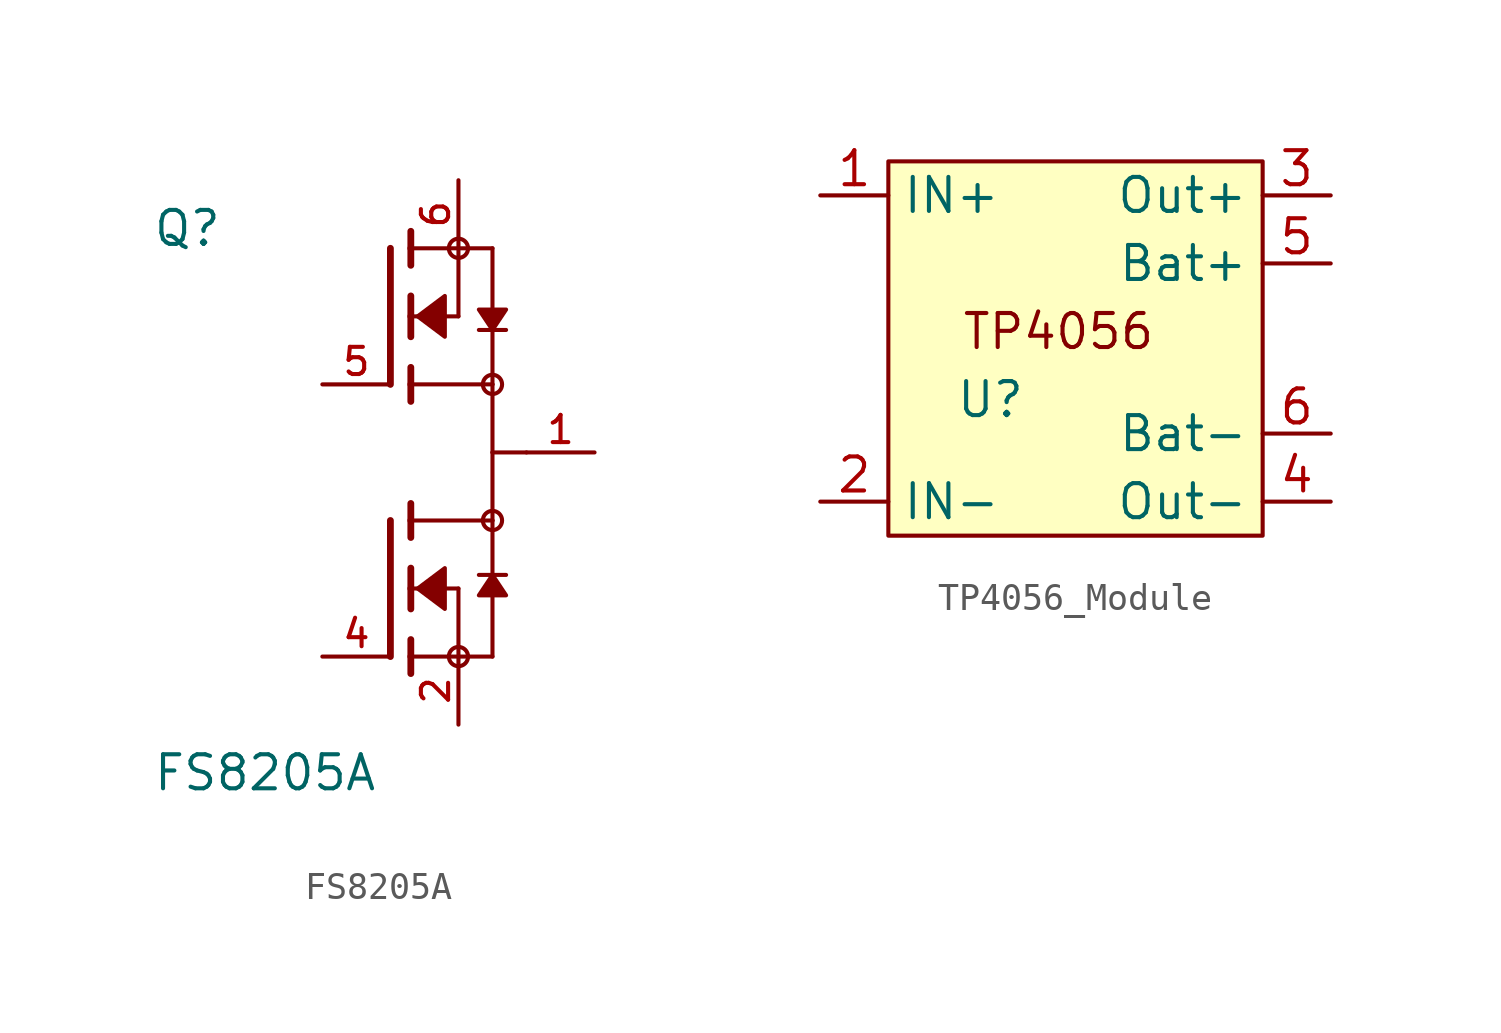
<source format=kicad_sym>
(kicad_symbol_lib
  (version 20231120)
  (generator "kicad_symbol_editor")
  (generator_version "8.0")
  (symbol "FS8205A"
    (pin_names
      (offset 1.016))
    (property "Reference" "Q"
      (at -11.43 7.62 0)
      (effects (font (size 1.27 1.27)) (justify left bottom)))
    (property "Value" "FS8205A"
      (at -11.43 -12.7 0)
      (effects (font (size 1.27 1.27)) (justify left bottom)))
    (symbol "FS8205A_0_0"
      (circle (center 0 -7.62) (radius 0.359) (stroke (width 0) (type default)) (fill (type none)))
      (polyline (pts (xy -2.54 -2.54) (xy -2.54 -7.62)) (stroke (width 0.254) (type default)) (fill (type none)))
      (polyline (pts (xy -2.54 7.62) (xy -2.54 2.54)) (stroke (width 0.254) (type default)) (fill (type none)))
      (polyline (pts (xy -1.778 -7.62) (xy -1.778 -8.255)) (stroke (width 0.254) (type default)) (fill (type none)))
      (polyline (pts (xy -1.778 -6.985) (xy -1.778 -7.62)) (stroke (width 0.254) (type default)) (fill (type none)))
      (polyline (pts (xy -1.778 -5.08) (xy -1.778 -5.842)) (stroke (width 0.254) (type default)) (fill (type none)))
      (polyline (pts (xy -1.778 -5.08) (xy 0 -5.08)) (stroke (width 0.152) (type default)) (fill (type none)))
      (polyline (pts (xy -1.778 -4.318) (xy -1.778 -5.08)) (stroke (width 0.254) (type default)) (fill (type none)))
      (polyline (pts (xy -1.778 -2.54) (xy -1.778 -3.175)) (stroke (width 0.254) (type default)) (fill (type none)))
      (polyline (pts (xy -1.778 -2.54) (xy 1.27 -2.54)) (stroke (width 0.152) (type default)) (fill (type none)))
      (polyline (pts (xy -1.778 -1.905) (xy -1.778 -2.54)) (stroke (width 0.254) (type default)) (fill (type none)))
      (polyline (pts (xy -1.778 2.54) (xy -1.778 1.905)) (stroke (width 0.254) (type default)) (fill (type none)))
      (polyline (pts (xy -1.778 3.175) (xy -1.778 2.54)) (stroke (width 0.254) (type default)) (fill (type none)))
      (polyline (pts (xy -1.778 5.08) (xy -1.778 4.318)) (stroke (width 0.254) (type default)) (fill (type none)))
      (polyline (pts (xy -1.778 5.08) (xy 0 5.08)) (stroke (width 0.152) (type default)) (fill (type none)))
      (polyline (pts (xy -1.778 5.842) (xy -1.778 5.08)) (stroke (width 0.254) (type default)) (fill (type none)))
      (polyline (pts (xy -1.778 7.62) (xy -1.778 6.985)) (stroke (width 0.254) (type default)) (fill (type none)))
      (polyline (pts (xy -1.778 7.62) (xy 1.27 7.62)) (stroke (width 0.152) (type default)) (fill (type none)))
      (polyline (pts (xy -1.778 8.255) (xy -1.778 7.62)) (stroke (width 0.254) (type default)) (fill (type none)))
      (polyline (pts (xy 0 -7.62) (xy -1.778 -7.62)) (stroke (width 0.152) (type default)) (fill (type none)))
      (polyline (pts (xy 0 -7.62) (xy 1.27 -7.62)) (stroke (width 0.152) (type default)) (fill (type none)))
      (polyline (pts (xy 0 -5.08) (xy 0 -7.62)) (stroke (width 0.152) (type default)) (fill (type none)))
      (polyline (pts (xy 0 7.62) (xy 0 5.08)) (stroke (width 0.152) (type default)) (fill (type none)))
      (polyline (pts (xy 0.762 4.572) (xy 1.27 4.572)) (stroke (width 0.152) (type default)) (fill (type none)))
      (polyline (pts (xy 1.27 -4.572) (xy 0.762 -4.572)) (stroke (width 0.152) (type default)) (fill (type none)))
      (polyline (pts (xy 1.27 -4.572) (xy 1.27 -7.62)) (stroke (width 0.152) (type default)) (fill (type none)))
      (polyline (pts (xy 1.27 -2.54) (xy 1.27 -4.572)) (stroke (width 0.152) (type default)) (fill (type none)))
      (polyline (pts (xy 1.27 -2.54) (xy 1.27 0)) (stroke (width 0.152) (type default)) (fill (type none)))
      (polyline (pts (xy 1.27 0) (xy 1.27 2.54)) (stroke (width 0.152) (type default)) (fill (type none)))
      (polyline (pts (xy 1.27 0) (xy 2.54 0)) (stroke (width 0.152) (type default)) (fill (type none)))
      (polyline (pts (xy 1.27 2.54) (xy -1.778 2.54)) (stroke (width 0.152) (type default)) (fill (type none)))
      (polyline (pts (xy 1.27 2.54) (xy 1.27 4.572)) (stroke (width 0.152) (type default)) (fill (type none)))
      (polyline (pts (xy 1.27 4.572) (xy 1.27 7.62)) (stroke (width 0.152) (type default)) (fill (type none)))
      (polyline (pts (xy 1.27 4.572) (xy 1.778 4.572)) (stroke (width 0.152) (type default)) (fill (type none)))
      (polyline (pts (xy 1.778 -4.572) (xy 1.27 -4.572)) (stroke (width 0.152) (type default)) (fill (type none)))
      (polyline (pts (xy -1.524 -5.08) (xy -0.508 -4.318) (xy -0.508 -5.842) (xy -1.524 -5.08)) (stroke (width 0.152) (type default)) (fill (type outline)))
      (polyline (pts (xy -1.524 5.08) (xy -0.508 5.842) (xy -0.508 4.318) (xy -1.524 5.08)) (stroke (width 0.152) (type default)) (fill (type outline)))
      (polyline (pts (xy 1.27 -4.572) (xy 0.762 -5.334) (xy 1.778 -5.334) (xy 1.27 -4.572)) (stroke (width 0.152) (type default)) (fill (type outline)))
      (polyline (pts (xy 1.27 4.572) (xy 1.778 5.334) (xy 0.762 5.334) (xy 1.27 4.572)) (stroke (width 0.152) (type default)) (fill (type outline)))
      (circle (center 0 7.62) (radius 0.359) (stroke (width 0) (type default)) (fill (type none)))
      (circle (center 1.27 -2.54) (radius 0.359) (stroke (width 0) (type default)) (fill (type none)))
      (circle (center 1.27 2.54) (radius 0.359) (stroke (width 0) (type default)) (fill (type none)))
      (pin passive line (at 5.08 0 180) (length 2.54) (name "~" (effects (font (size 1.016 1.016)))) (number "1" (effects (font (size 1.016 1.016)))))
      (pin passive line (at 0 -10.16 90) (length 2.54) (name "~" (effects (font (size 1.016 1.016)))) (number "2" (effects (font (size 1.016 1.016)))))
      (pin passive line (at -5.08 -7.62 0) (length 2.54) (name "~" (effects (font (size 1.016 1.016)))) (number "4" (effects (font (size 1.016 1.016)))))
      (pin passive line (at -5.08 2.54 0) (length 2.54) (name "~" (effects (font (size 1.016 1.016)))) (number "5" (effects (font (size 1.016 1.016)))))
      (pin passive line (at 0 10.16 270) (length 2.54) (name "~" (effects (font (size 1.016 1.016)))) (number "6" (effects (font (size 1.016 1.016))))))
    (symbol "FS8205A_1_0"
      (pin passive line (at 0 -10.16 90) (length 2.54) hide (name "~" (effects (font (size 1.016 1.016)))) (number "3" (effects (font (size 1.016 1.016)))))
      (pin passive line (at 0 10.16 270) (length 2.54) hide (name "~" (effects (font (size 1.016 1.016)))) (number "7" (effects (font (size 1.016 1.016)))))
      (pin passive line (at 5.08 0 180) (length 2.54) hide (name "~" (effects (font (size 1.016 1.016)))) (number "8" (effects (font (size 1.016 1.016)))))))
  (symbol "TP4056_Module"
    (property "Reference" "U"
      (at 1.27 -6.35 0)
      (effects (font (size 1.27 1.27))))
    (property "Value" ""
      (at 0 0 0)
      (effects (font (size 1.27 1.27))))
    (symbol "TP4056_Module_1_1"
      (rectangle (start -2.54 2.54) (end 11.43 -11.43) (stroke (width 0) (type default)) (fill (type background)))
      (text "TP4056" (at 3.81 -3.81 0) (effects (font (size 1.27 1.27) (color 132 0 0 1))))
      (pin input line (at -5.08 1.27 0) (length 2.54) (name "IN+" (effects (font (size 1.27 1.27)))) (number "1" (effects (font (size 1.27 1.27)))))
      (pin input line (at -5.08 -10.16 0) (length 2.54) (name "IN-" (effects (font (size 1.27 1.27)))) (number "2" (effects (font (size 1.27 1.27)))))
      (pin input line (at 13.97 1.27 180) (length 2.54) (name "Out+" (effects (font (size 1.27 1.27)))) (number "3" (effects (font (size 1.27 1.27)))))
      (pin input line (at 13.97 -10.16 180) (length 2.54) (name "Out-" (effects (font (size 1.27 1.27)))) (number "4" (effects (font (size 1.27 1.27)))))
      (pin input line (at 13.97 -1.27 180) (length 2.54) (name "Bat+" (effects (font (size 1.27 1.27)))) (number "5" (effects (font (size 1.27 1.27)))))
      (pin input line (at 13.97 -7.62 180) (length 2.54) (name "Bat-" (effects (font (size 1.27 1.27)))) (number "6" (effects (font (size 1.27 1.27))))))))
</source>
